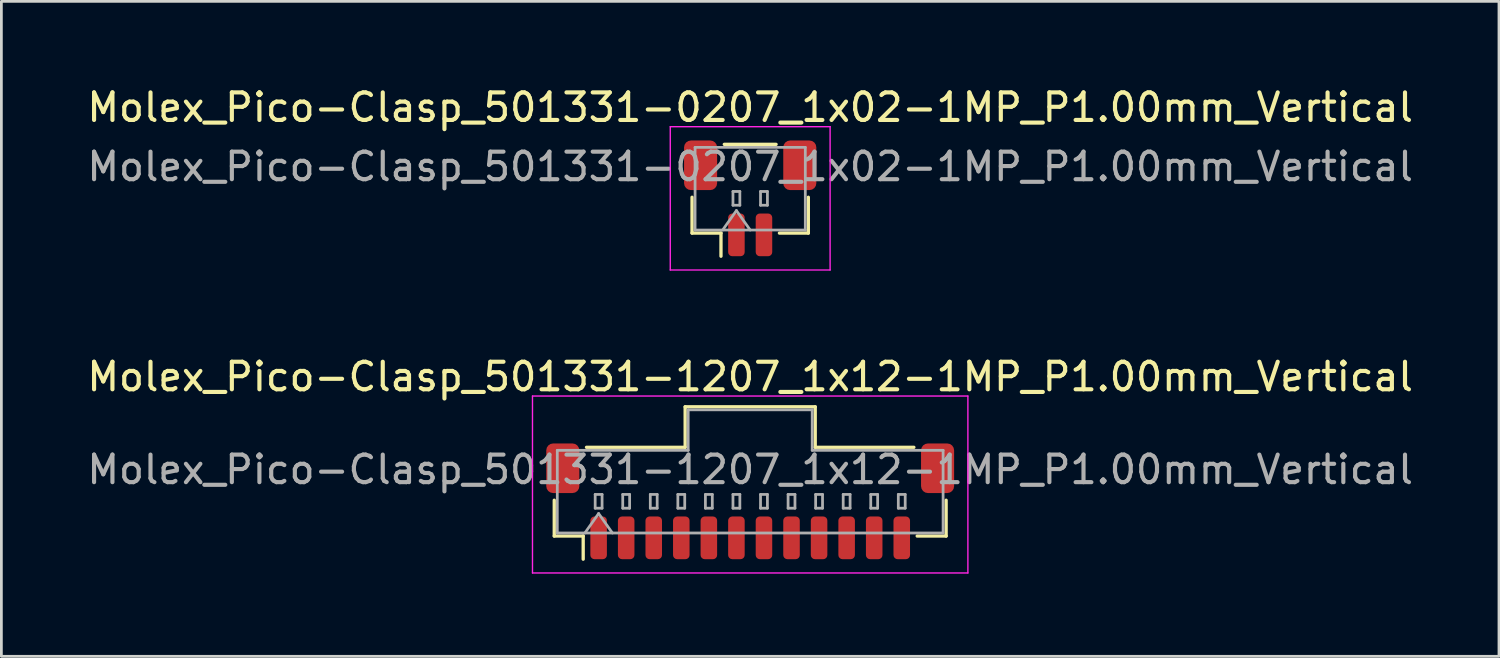
<source format=kicad_pcb>
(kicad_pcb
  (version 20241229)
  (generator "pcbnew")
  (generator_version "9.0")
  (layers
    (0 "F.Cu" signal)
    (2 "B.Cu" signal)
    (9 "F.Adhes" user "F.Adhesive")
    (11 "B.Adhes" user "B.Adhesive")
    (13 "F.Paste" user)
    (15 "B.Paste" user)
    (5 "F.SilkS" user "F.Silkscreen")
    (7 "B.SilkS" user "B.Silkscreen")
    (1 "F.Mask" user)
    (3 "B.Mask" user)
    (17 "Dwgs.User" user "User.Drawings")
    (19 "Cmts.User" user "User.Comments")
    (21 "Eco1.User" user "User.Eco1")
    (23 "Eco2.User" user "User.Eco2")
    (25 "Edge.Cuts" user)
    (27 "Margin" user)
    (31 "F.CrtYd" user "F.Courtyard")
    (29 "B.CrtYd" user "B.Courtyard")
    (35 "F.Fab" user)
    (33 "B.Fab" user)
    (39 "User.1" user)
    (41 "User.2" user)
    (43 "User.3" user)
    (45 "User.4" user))
  (footprint "Molex_Pico-Clasp_501331-1207_1x12-1MP_P1.00mm_Vertical"
    (layer "F.Cu")
    (at 24.173 15.142)
    (property "Reference" "Molex_Pico-Clasp_501331-1207_1x12-1MP_P1.00mm_Vertical" (at 0 -4.52 0) (layer "F.SilkS") (effects (font (size 1 1) (thickness 0.15))))
    (attr smd)
    (fp_line (start -7.11 -0.04) (end -7.11 1.26) (stroke (width 0.12) (type solid)) (layer "F.SilkS"))
    (fp_line (start -7.11 1.26) (end -6.06 1.26) (stroke (width 0.12) (type solid)) (layer "F.SilkS"))
    (fp_line (start -6.06 1.26) (end -6.06 2.1) (stroke (width 0.12) (type solid)) (layer "F.SilkS"))
    (fp_line (start -5.94 -1.96) (end -2.36 -1.96) (stroke (width 0.12) (type solid)) (layer "F.SilkS"))
    (fp_line (start -2.36 -3.43) (end 2.36 -3.43) (stroke (width 0.12) (type solid)) (layer "F.SilkS"))
    (fp_line (start -2.36 -1.96) (end -2.36 -3.43) (stroke (width 0.12) (type solid)) (layer "F.SilkS"))
    (fp_line (start 2.36 -3.43) (end 2.36 -1.96) (stroke (width 0.12) (type solid)) (layer "F.SilkS"))
    (fp_line (start 2.36 -1.96) (end 5.94 -1.96) (stroke (width 0.12) (type solid)) (layer "F.SilkS"))
    (fp_line (start 7.11 -0.04) (end 7.11 1.26) (stroke (width 0.12) (type solid)) (layer "F.SilkS"))
    (fp_line (start 7.11 1.26) (end 6.06 1.26) (stroke (width 0.12) (type solid)) (layer "F.SilkS"))
    (fp_line (start -7.9 -3.82) (end -7.9 2.6) (stroke (width 0.05) (type solid)) (layer "F.CrtYd"))
    (fp_line (start -7.9 2.6) (end 7.9 2.6) (stroke (width 0.05) (type solid)) (layer "F.CrtYd"))
    (fp_line (start 7.9 -3.82) (end -7.9 -3.82) (stroke (width 0.05) (type solid)) (layer "F.CrtYd"))
    (fp_line (start 7.9 2.6) (end 7.9 -3.82) (stroke (width 0.05) (type solid)) (layer "F.CrtYd"))
    (fp_line (start -7 -1.85) (end -2.25 -1.85) (stroke (width 0.1) (type solid)) (layer "F.Fab"))
    (fp_line (start -7 1.15) (end -7 -1.85) (stroke (width 0.1) (type solid)) (layer "F.Fab"))
    (fp_line (start -7 1.15) (end 7 1.15) (stroke (width 0.1) (type solid)) (layer "F.Fab"))
    (fp_line (start -6 1.15) (end -5.5 0.443) (stroke (width 0.1) (type solid)) (layer "F.Fab"))
    (fp_line (start -5.625 -0.25) (end -5.625 0.25) (stroke (width 0.1) (type solid)) (layer "F.Fab"))
    (fp_line (start -5.625 0.25) (end -5.375 0.25) (stroke (width 0.1) (type solid)) (layer "F.Fab"))
    (fp_line (start -5.5 0.443) (end -5 1.15) (stroke (width 0.1) (type solid)) (layer "F.Fab"))
    (fp_line (start -5.375 -0.25) (end -5.625 -0.25) (stroke (width 0.1) (type solid)) (layer "F.Fab"))
    (fp_line (start -5.375 0.25) (end -5.375 -0.25) (stroke (width 0.1) (type solid)) (layer "F.Fab"))
    (fp_line (start -4.625 -0.25) (end -4.625 0.25) (stroke (width 0.1) (type solid)) (layer "F.Fab"))
    (fp_line (start -4.625 0.25) (end -4.375 0.25) (stroke (width 0.1) (type solid)) (layer "F.Fab"))
    (fp_line (start -4.375 -0.25) (end -4.625 -0.25) (stroke (width 0.1) (type solid)) (layer "F.Fab"))
    (fp_line (start -4.375 0.25) (end -4.375 -0.25) (stroke (width 0.1) (type solid)) (layer "F.Fab"))
    (fp_line (start -3.625 -0.25) (end -3.625 0.25) (stroke (width 0.1) (type solid)) (layer "F.Fab"))
    (fp_line (start -3.625 0.25) (end -3.375 0.25) (stroke (width 0.1) (type solid)) (layer "F.Fab"))
    (fp_line (start -3.375 -0.25) (end -3.625 -0.25) (stroke (width 0.1) (type solid)) (layer "F.Fab"))
    (fp_line (start -3.375 0.25) (end -3.375 -0.25) (stroke (width 0.1) (type solid)) (layer "F.Fab"))
    (fp_line (start -2.625 -0.25) (end -2.625 0.25) (stroke (width 0.1) (type solid)) (layer "F.Fab"))
    (fp_line (start -2.625 0.25) (end -2.375 0.25) (stroke (width 0.1) (type solid)) (layer "F.Fab"))
    (fp_line (start -2.375 -0.25) (end -2.625 -0.25) (stroke (width 0.1) (type solid)) (layer "F.Fab"))
    (fp_line (start -2.375 0.25) (end -2.375 -0.25) (stroke (width 0.1) (type solid)) (layer "F.Fab"))
    (fp_line (start -2.25 -3.32) (end 2.25 -3.32) (stroke (width 0.1) (type solid)) (layer "F.Fab"))
    (fp_line (start -2.25 -1.85) (end -2.25 -3.32) (stroke (width 0.1) (type solid)) (layer "F.Fab"))
    (fp_line (start -1.625 -0.25) (end -1.625 0.25) (stroke (width 0.1) (type solid)) (layer "F.Fab"))
    (fp_line (start -1.625 0.25) (end -1.375 0.25) (stroke (width 0.1) (type solid)) (layer "F.Fab"))
    (fp_line (start -1.375 -0.25) (end -1.625 -0.25) (stroke (width 0.1) (type solid)) (layer "F.Fab"))
    (fp_line (start -1.375 0.25) (end -1.375 -0.25) (stroke (width 0.1) (type solid)) (layer "F.Fab"))
    (fp_line (start -0.625 -0.25) (end -0.625 0.25) (stroke (width 0.1) (type solid)) (layer "F.Fab"))
    (fp_line (start -0.625 0.25) (end -0.375 0.25) (stroke (width 0.1) (type solid)) (layer "F.Fab"))
    (fp_line (start -0.375 -0.25) (end -0.625 -0.25) (stroke (width 0.1) (type solid)) (layer "F.Fab"))
    (fp_line (start -0.375 0.25) (end -0.375 -0.25) (stroke (width 0.1) (type solid)) (layer "F.Fab"))
    (fp_line (start 0.375 -0.25) (end 0.375 0.25) (stroke (width 0.1) (type solid)) (layer "F.Fab"))
    (fp_line (start 0.375 0.25) (end 0.625 0.25) (stroke (width 0.1) (type solid)) (layer "F.Fab"))
    (fp_line (start 0.625 -0.25) (end 0.375 -0.25) (stroke (width 0.1) (type solid)) (layer "F.Fab"))
    (fp_line (start 0.625 0.25) (end 0.625 -0.25) (stroke (width 0.1) (type solid)) (layer "F.Fab"))
    (fp_line (start 1.375 -0.25) (end 1.375 0.25) (stroke (width 0.1) (type solid)) (layer "F.Fab"))
    (fp_line (start 1.375 0.25) (end 1.625 0.25) (stroke (width 0.1) (type solid)) (layer "F.Fab"))
    (fp_line (start 1.625 -0.25) (end 1.375 -0.25) (stroke (width 0.1) (type solid)) (layer "F.Fab"))
    (fp_line (start 1.625 0.25) (end 1.625 -0.25) (stroke (width 0.1) (type solid)) (layer "F.Fab"))
    (fp_line (start 2.25 -3.32) (end 2.25 -1.85) (stroke (width 0.1) (type solid)) (layer "F.Fab"))
    (fp_line (start 2.25 -1.85) (end 7 -1.85) (stroke (width 0.1) (type solid)) (layer "F.Fab"))
    (fp_line (start 2.375 -0.25) (end 2.375 0.25) (stroke (width 0.1) (type solid)) (layer "F.Fab"))
    (fp_line (start 2.375 0.25) (end 2.625 0.25) (stroke (width 0.1) (type solid)) (layer "F.Fab"))
    (fp_line (start 2.625 -0.25) (end 2.375 -0.25) (stroke (width 0.1) (type solid)) (layer "F.Fab"))
    (fp_line (start 2.625 0.25) (end 2.625 -0.25) (stroke (width 0.1) (type solid)) (layer "F.Fab"))
    (fp_line (start 3.375 -0.25) (end 3.375 0.25) (stroke (width 0.1) (type solid)) (layer "F.Fab"))
    (fp_line (start 3.375 0.25) (end 3.625 0.25) (stroke (width 0.1) (type solid)) (layer "F.Fab"))
    (fp_line (start 3.625 -0.25) (end 3.375 -0.25) (stroke (width 0.1) (type solid)) (layer "F.Fab"))
    (fp_line (start 3.625 0.25) (end 3.625 -0.25) (stroke (width 0.1) (type solid)) (layer "F.Fab"))
    (fp_line (start 4.375 -0.25) (end 4.375 0.25) (stroke (width 0.1) (type solid)) (layer "F.Fab"))
    (fp_line (start 4.375 0.25) (end 4.625 0.25) (stroke (width 0.1) (type solid)) (layer "F.Fab"))
    (fp_line (start 4.625 -0.25) (end 4.375 -0.25) (stroke (width 0.1) (type solid)) (layer "F.Fab"))
    (fp_line (start 4.625 0.25) (end 4.625 -0.25) (stroke (width 0.1) (type solid)) (layer "F.Fab"))
    (fp_line (start 5.375 -0.25) (end 5.375 0.25) (stroke (width 0.1) (type solid)) (layer "F.Fab"))
    (fp_line (start 5.375 0.25) (end 5.625 0.25) (stroke (width 0.1) (type solid)) (layer "F.Fab"))
    (fp_line (start 5.625 -0.25) (end 5.375 -0.25) (stroke (width 0.1) (type solid)) (layer "F.Fab"))
    (fp_line (start 5.625 0.25) (end 5.625 -0.25) (stroke (width 0.1) (type solid)) (layer "F.Fab"))
    (fp_line (start 7 1.15) (end 7 -1.85) (stroke (width 0.1) (type solid)) (layer "F.Fab"))
    (fp_text user "${REFERENCE}" (at 0 -1.15 0) (layer "F.Fab") (effects (font (size 1 1) (thickness 0.15))))
    (pad "1" smd roundrect (at -5.5 1.325) (size 0.6 1.55) (layers "F.Cu" "F.Mask" "F.Paste") (roundrect_rratio 0.25))
    (pad "2" smd roundrect (at -4.5 1.325) (size 0.6 1.55) (layers "F.Cu" "F.Mask" "F.Paste") (roundrect_rratio 0.25))
    (pad "3" smd roundrect (at -3.5 1.325) (size 0.6 1.55) (layers "F.Cu" "F.Mask" "F.Paste") (roundrect_rratio 0.25))
    (pad "4" smd roundrect (at -2.5 1.325) (size 0.6 1.55) (layers "F.Cu" "F.Mask" "F.Paste") (roundrect_rratio 0.25))
    (pad "5" smd roundrect (at -1.5 1.325) (size 0.6 1.55) (layers "F.Cu" "F.Mask" "F.Paste") (roundrect_rratio 0.25))
    (pad "6" smd roundrect (at -0.5 1.325) (size 0.6 1.55) (layers "F.Cu" "F.Mask" "F.Paste") (roundrect_rratio 0.25))
    (pad "7" smd roundrect (at 0.5 1.325) (size 0.6 1.55) (layers "F.Cu" "F.Mask" "F.Paste") (roundrect_rratio 0.25))
    (pad "8" smd roundrect (at 1.5 1.325) (size 0.6 1.55) (layers "F.Cu" "F.Mask" "F.Paste") (roundrect_rratio 0.25))
    (pad "9" smd roundrect (at 2.5 1.325) (size 0.6 1.55) (layers "F.Cu" "F.Mask" "F.Paste") (roundrect_rratio 0.25))
    (pad "10" smd roundrect (at 3.5 1.325) (size 0.6 1.55) (layers "F.Cu" "F.Mask" "F.Paste") (roundrect_rratio 0.25))
    (pad "11" smd roundrect (at 4.5 1.325) (size 0.6 1.55) (layers "F.Cu" "F.Mask" "F.Paste") (roundrect_rratio 0.25))
    (pad "12" smd roundrect (at 5.5 1.325) (size 0.6 1.55) (layers "F.Cu" "F.Mask" "F.Paste") (roundrect_rratio 0.25))
    (pad "MP" smd roundrect (at -6.8 -1.2) (size 1.2 1.8) (layers "F.Cu" "F.Mask" "F.Paste") (roundrect_rratio 0.208))
    (pad "MP" smd roundrect (at 6.8 -1.2) (size 1.2 1.8) (layers "F.Cu" "F.Mask" "F.Paste") (roundrect_rratio 0.208)))
  (footprint "Molex_Pico-Clasp_501331-0207_1x02-1MP_P1.00mm_Vertical"
    (layer "F.Cu")
    (at 24.173 4.148)
    (property "Reference" "Molex_Pico-Clasp_501331-0207_1x02-1MP_P1.00mm_Vertical" (at 0 -3.3 0) (layer "F.SilkS") (effects (font (size 1 1) (thickness 0.15))))
    (attr smd)
    (fp_line (start -2.11 -0.04) (end -2.11 1.26) (stroke (width 0.12) (type solid)) (layer "F.SilkS"))
    (fp_line (start -2.11 1.26) (end -1.06 1.26) (stroke (width 0.12) (type solid)) (layer "F.SilkS"))
    (fp_line (start -1.06 1.26) (end -1.06 2.1) (stroke (width 0.12) (type solid)) (layer "F.SilkS"))
    (fp_line (start -0.94 -1.96) (end 0.94 -1.96) (stroke (width 0.12) (type solid)) (layer "F.SilkS"))
    (fp_line (start 2.11 -0.04) (end 2.11 1.26) (stroke (width 0.12) (type solid)) (layer "F.SilkS"))
    (fp_line (start 2.11 1.26) (end 1.06 1.26) (stroke (width 0.12) (type solid)) (layer "F.SilkS"))
    (fp_line (start -2.9 -2.6) (end -2.9 2.6) (stroke (width 0.05) (type solid)) (layer "F.CrtYd"))
    (fp_line (start -2.9 2.6) (end 2.9 2.6) (stroke (width 0.05) (type solid)) (layer "F.CrtYd"))
    (fp_line (start 2.9 -2.6) (end -2.9 -2.6) (stroke (width 0.05) (type solid)) (layer "F.CrtYd"))
    (fp_line (start 2.9 2.6) (end 2.9 -2.6) (stroke (width 0.05) (type solid)) (layer "F.CrtYd"))
    (fp_line (start -2 -1.85) (end 2 -1.85) (stroke (width 0.1) (type solid)) (layer "F.Fab"))
    (fp_line (start -2 1.15) (end -2 -1.85) (stroke (width 0.1) (type solid)) (layer "F.Fab"))
    (fp_line (start -2 1.15) (end 2 1.15) (stroke (width 0.1) (type solid)) (layer "F.Fab"))
    (fp_line (start -1 1.15) (end -0.5 0.443) (stroke (width 0.1) (type solid)) (layer "F.Fab"))
    (fp_line (start -0.625 -0.25) (end -0.625 0.25) (stroke (width 0.1) (type solid)) (layer "F.Fab"))
    (fp_line (start -0.625 0.25) (end -0.375 0.25) (stroke (width 0.1) (type solid)) (layer "F.Fab"))
    (fp_line (start -0.5 0.443) (end 0 1.15) (stroke (width 0.1) (type solid)) (layer "F.Fab"))
    (fp_line (start -0.375 -0.25) (end -0.625 -0.25) (stroke (width 0.1) (type solid)) (layer "F.Fab"))
    (fp_line (start -0.375 0.25) (end -0.375 -0.25) (stroke (width 0.1) (type solid)) (layer "F.Fab"))
    (fp_line (start 0.375 -0.25) (end 0.375 0.25) (stroke (width 0.1) (type solid)) (layer "F.Fab"))
    (fp_line (start 0.375 0.25) (end 0.625 0.25) (stroke (width 0.1) (type solid)) (layer "F.Fab"))
    (fp_line (start 0.625 -0.25) (end 0.375 -0.25) (stroke (width 0.1) (type solid)) (layer "F.Fab"))
    (fp_line (start 0.625 0.25) (end 0.625 -0.25) (stroke (width 0.1) (type solid)) (layer "F.Fab"))
    (fp_line (start 2 1.15) (end 2 -1.85) (stroke (width 0.1) (type solid)) (layer "F.Fab"))
    (fp_text user "${REFERENCE}" (at 0 -1.15 0) (layer "F.Fab") (effects (font (size 1 1) (thickness 0.15))))
    (pad "1" smd roundrect (at -0.5 1.325) (size 0.6 1.55) (layers "F.Cu" "F.Mask" "F.Paste") (roundrect_rratio 0.25))
    (pad "2" smd roundrect (at 0.5 1.325) (size 0.6 1.55) (layers "F.Cu" "F.Mask" "F.Paste") (roundrect_rratio 0.25))
    (pad "MP" smd roundrect (at -1.8 -1.2) (size 1.2 1.8) (layers "F.Cu" "F.Mask" "F.Paste") (roundrect_rratio 0.208))
    (pad "MP" smd roundrect (at 1.8 -1.2) (size 1.2 1.8) (layers "F.Cu" "F.Mask" "F.Paste") (roundrect_rratio 0.208)))
  (gr_rect
    (start -3 -3)
    (end 51.345 20.767)
    (stroke (width 0.1) (type default))
    (fill no)
    (layer "Edge.Cuts")))
</source>
